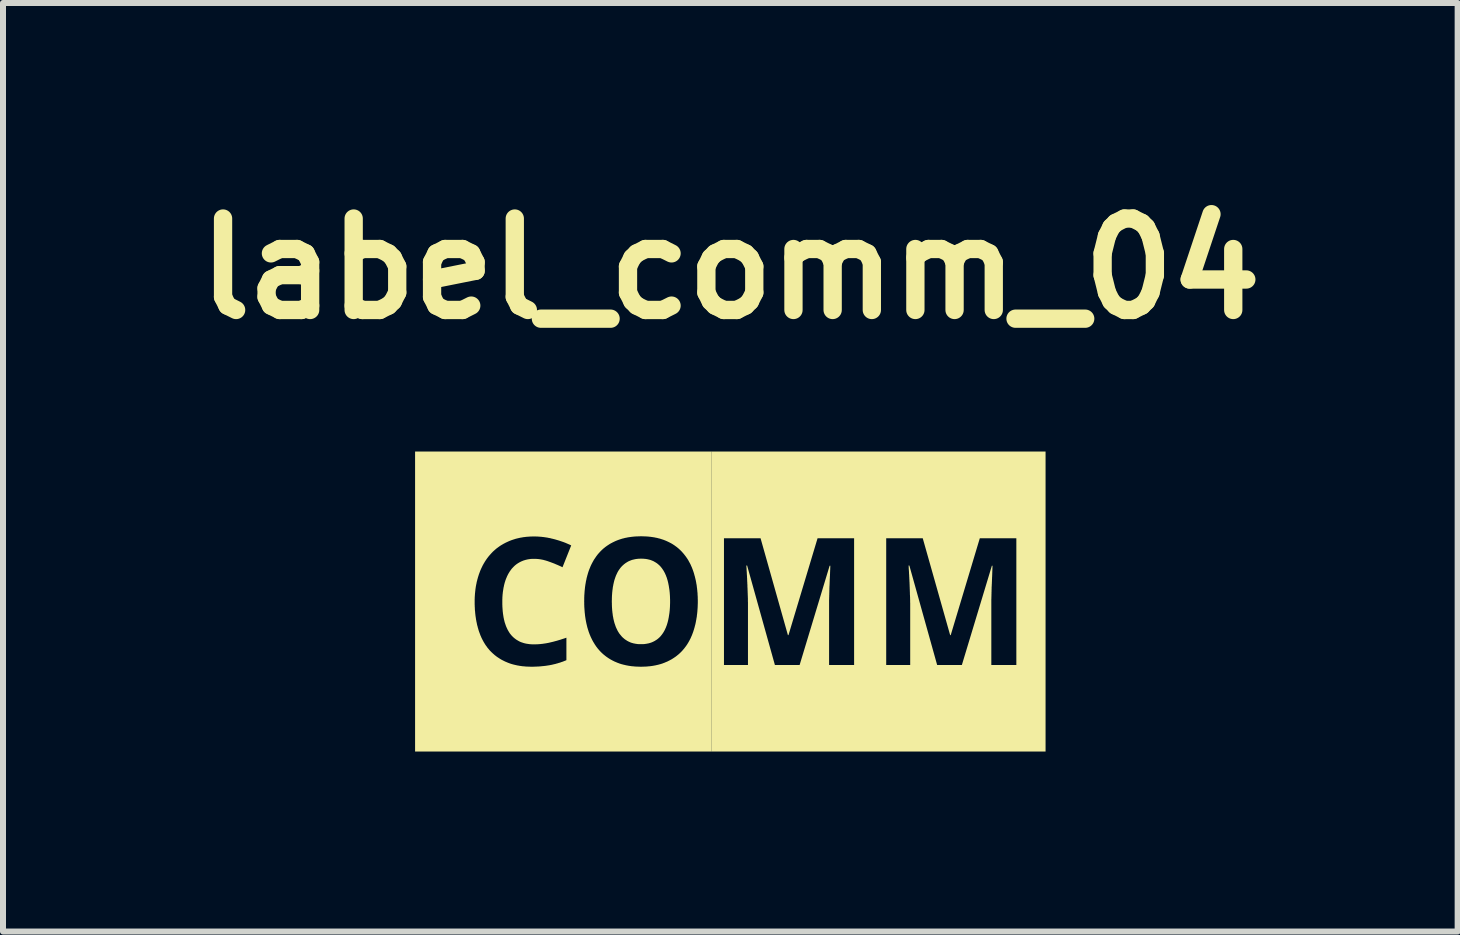
<source format=kicad_pcb>
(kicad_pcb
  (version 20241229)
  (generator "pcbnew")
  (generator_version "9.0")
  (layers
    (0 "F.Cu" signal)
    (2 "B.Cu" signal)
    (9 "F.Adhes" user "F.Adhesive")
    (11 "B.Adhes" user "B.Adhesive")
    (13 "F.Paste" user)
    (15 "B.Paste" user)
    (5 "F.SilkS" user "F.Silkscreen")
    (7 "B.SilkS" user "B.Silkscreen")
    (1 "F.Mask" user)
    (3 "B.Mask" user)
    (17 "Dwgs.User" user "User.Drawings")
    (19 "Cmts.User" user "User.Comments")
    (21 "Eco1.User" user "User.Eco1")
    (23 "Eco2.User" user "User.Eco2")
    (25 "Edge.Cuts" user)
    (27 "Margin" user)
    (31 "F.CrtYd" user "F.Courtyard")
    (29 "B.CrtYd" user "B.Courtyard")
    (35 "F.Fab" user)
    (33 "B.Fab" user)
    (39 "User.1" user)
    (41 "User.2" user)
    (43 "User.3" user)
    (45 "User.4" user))
  (footprint "label_comm_04"
    (layer "F.Cu")
    (at 9.122 6.975)
    (property "Reference" "label_comm_04" (at 0 -5.548 0) (layer "F.SilkS") (effects (font (size 1.524 1.524) (thickness 0.305))))
    (attr smd)
    (fp_poly (pts (xy -0.318 -2.5) (xy -0.106 -1.054) (xy 0.504 -1.054) (xy 0.96 0.561) (xy 0.969 0.561) (xy 1.454 -1.054) (xy 2.063 -1.054) (xy 2.063 1.058) (xy 1.646 1.058) (xy 1.646 0.058) (xy 1.646 -0.027) (xy 1.647 -0.039) (xy 1.647 -0.051) (xy 1.647 -0.063) (xy 1.648 -0.076) (xy 1.648 -0.089) (xy 1.648 -0.102) (xy 1.649 -0.115) (xy 1.649 -0.128) (xy 1.649 -0.142) (xy 1.65 -0.155) (xy 1.65 -0.168) (xy 1.65 -0.182) (xy 1.651 -0.195) (xy 1.651 -0.209) (xy 1.651 -0.223) (xy 1.652 -0.236) (xy 1.652 -0.25) (xy 1.653 -0.263) (xy 1.654 -0.277) (xy 1.654 -0.29) (xy 1.655 -0.304) (xy 1.655 -0.317) (xy 1.656 -0.33) (xy 1.656 -0.343) (xy 1.657 -0.357) (xy 1.657 -0.37) (xy 1.658 -0.384) (xy 1.659 -0.398) (xy 1.659 -0.411) (xy 1.66 -0.425) (xy 1.661 -0.439) (xy 1.661 -0.453) (xy 1.662 -0.467) (xy 1.662 -0.481) (xy 1.663 -0.495) (xy 1.663 -0.51) (xy 1.664 -0.524) (xy 1.665 -0.538) (xy 1.665 -0.553) (xy 1.666 -0.567) (xy 1.666 -0.582) (xy 1.667 -0.596) (xy 1.655 -0.596) (xy 1.155 1.058) (xy 0.743 1.058) (xy 0.28 -0.599) (xy 0.267 -0.599) (xy 0.268 -0.585) (xy 0.269 -0.571) (xy 0.27 -0.557) (xy 0.271 -0.543) (xy 0.271 -0.529) (xy 0.272 -0.516) (xy 0.273 -0.502) (xy 0.274 -0.488) (xy 0.275 -0.475) (xy 0.275 -0.461) (xy 0.276 -0.448) (xy 0.277 -0.434) (xy 0.278 -0.421) (xy 0.278 -0.408) (xy 0.279 -0.394) (xy 0.28 -0.381) (xy 0.28 -0.368) (xy 0.281 -0.355) (xy 0.281 -0.341) (xy 0.282 -0.328) (xy 0.283 -0.315) (xy 0.283 -0.301) (xy 0.284 -0.287) (xy 0.285 -0.274) (xy 0.285 -0.26) (xy 0.285 -0.246) (xy 0.286 -0.232) (xy 0.287 -0.218) (xy 0.287 -0.204) (xy 0.288 -0.19) (xy 0.288 -0.176) (xy 0.289 -0.162) (xy 0.289 -0.148) (xy 0.29 -0.135) (xy 0.29 -0.121) (xy 0.291 -0.107) (xy 0.291 -0.094) (xy 0.292 -0.08) (xy 0.292 -0.067) (xy 0.293 -0.054) (xy 0.293 -0.041) (xy 0.293 -0.028) (xy 0.293 -0.015) (xy 0.293 -0.001) (xy 0.294 0.013) (xy 0.294 0.026) (xy 0.294 0.039) (xy 0.294 0.052) (xy 0.294 0.064) (xy 0.294 0.076) (xy 0.294 1.058) (xy -0.106 1.058) (xy -0.106 -1.054) (xy -0.106 -1.054) (xy -0.318 -2.5) (xy 2.598 -1.054) (xy 3.207 -1.054) (xy 3.664 0.561) (xy 3.673 0.561) (xy 4.158 -1.054) (xy 4.767 -1.054) (xy 4.767 1.058) (xy 4.35 1.058) (xy 4.35 0.058) (xy 4.35 -0.027) (xy 4.35 -0.039) (xy 4.351 -0.051) (xy 4.351 -0.063) (xy 4.351 -0.076) (xy 4.352 -0.089) (xy 4.352 -0.102) (xy 4.352 -0.115) (xy 4.353 -0.128) (xy 4.353 -0.142) (xy 4.353 -0.155) (xy 4.354 -0.168) (xy 4.354 -0.182) (xy 4.354 -0.195) (xy 4.355 -0.209) (xy 4.355 -0.223) (xy 4.355 -0.236) (xy 4.356 -0.25) (xy 4.357 -0.263) (xy 4.357 -0.277) (xy 4.358 -0.29) (xy 4.359 -0.304) (xy 4.359 -0.317) (xy 4.36 -0.33) (xy 4.36 -0.343) (xy 4.361 -0.357) (xy 4.361 -0.37) (xy 4.362 -0.384) (xy 4.362 -0.398) (xy 4.363 -0.411) (xy 4.364 -0.425) (xy 4.364 -0.439) (xy 4.365 -0.453) (xy 4.365 -0.467) (xy 4.366 -0.481) (xy 4.366 -0.495) (xy 4.367 -0.51) (xy 4.367 -0.524) (xy 4.368 -0.538) (xy 4.368 -0.553) (xy 4.369 -0.567) (xy 4.369 -0.582) (xy 4.37 -0.596) (xy 4.359 -0.596) (xy 3.859 1.058) (xy 3.447 1.058) (xy 2.984 -0.599) (xy 2.971 -0.599) (xy 2.972 -0.585) (xy 2.973 -0.571) (xy 2.973 -0.557) (xy 2.974 -0.543) (xy 2.975 -0.529) (xy 2.976 -0.516) (xy 2.977 -0.502) (xy 2.978 -0.488) (xy 2.978 -0.475) (xy 2.979 -0.461) (xy 2.98 -0.448) (xy 2.981 -0.434) (xy 2.981 -0.421) (xy 2.982 -0.408) (xy 2.983 -0.394) (xy 2.983 -0.381) (xy 2.984 -0.368) (xy 2.985 -0.355) (xy 2.985 -0.341) (xy 2.986 -0.328) (xy 2.987 -0.315) (xy 2.987 -0.301) (xy 2.988 -0.287) (xy 2.988 -0.274) (xy 2.989 -0.26) (xy 2.989 -0.246) (xy 2.99 -0.232) (xy 2.99 -0.218) (xy 2.991 -0.204) (xy 2.991 -0.19) (xy 2.992 -0.176) (xy 2.992 -0.162) (xy 2.993 -0.148) (xy 2.993 -0.135) (xy 2.993 -0.121) (xy 2.994 -0.107) (xy 2.995 -0.094) (xy 2.995 -0.08) (xy 2.996 -0.067) (xy 2.996 -0.054) (xy 2.996 -0.041) (xy 2.997 -0.028) (xy 2.997 -0.015) (xy 2.997 -0.001) (xy 2.997 0.013) (xy 2.998 0.026) (xy 2.998 0.039) (xy 2.998 0.052) (xy 2.998 0.064) (xy 2.998 0.076) (xy 2.998 1.058) (xy 2.598 1.058) (xy 2.598 -1.054) (xy 2.598 -1.054) (xy -0.318 -2.5) (xy -0.318 2.5) (xy 5.254 2.5) (xy 5.254 -2.5) (xy -0.318 -2.5)) (stroke (width 0) (type solid)) (fill yes) (layer "F.SilkS"))
    (fp_poly (pts (xy -1.486 -0.714) (xy -1.501 -0.714) (xy -1.515 -0.713) (xy -1.53 -0.713) (xy -1.544 -0.711) (xy -1.557 -0.71) (xy -1.571 -0.708) (xy -1.584 -0.706) (xy -1.597 -0.703) (xy -1.61 -0.7) (xy -1.623 -0.697) (xy -1.635 -0.694) (xy -1.647 -0.69) (xy -1.659 -0.685) (xy -1.671 -0.681) (xy -1.682 -0.676) (xy -1.694 -0.671) (xy -1.705 -0.665) (xy -1.716 -0.659) (xy -1.727 -0.652) (xy -1.738 -0.645) (xy -1.749 -0.638) (xy -1.759 -0.63) (xy -1.77 -0.622) (xy -1.779 -0.614) (xy -1.789 -0.605) (xy -1.799 -0.596) (xy -1.808 -0.587) (xy -1.817 -0.577) (xy -1.826 -0.567) (xy -1.834 -0.557) (xy -1.842 -0.546) (xy -1.85 -0.535) (xy -1.858 -0.524) (xy -1.864 -0.514) (xy -1.871 -0.503) (xy -1.877 -0.492) (xy -1.883 -0.481) (xy -1.888 -0.469) (xy -1.894 -0.458) (xy -1.899 -0.446) (xy -1.905 -0.434) (xy -1.91 -0.421) (xy -1.914 -0.409) (xy -1.919 -0.396) (xy -1.923 -0.383) (xy -1.928 -0.369) (xy -1.932 -0.356) (xy -1.936 -0.342) (xy -1.939 -0.328) (xy -1.943 -0.313) (xy -1.946 -0.298) (xy -1.949 -0.286) (xy -1.951 -0.274) (xy -1.953 -0.262) (xy -1.956 -0.25) (xy -1.958 -0.237) (xy -1.96 -0.224) (xy -1.961 -0.211) (xy -1.963 -0.198) (xy -1.965 -0.185) (xy -1.966 -0.172) (xy -1.968 -0.158) (xy -1.969 -0.145) (xy -1.97 -0.131) (xy -1.971 -0.117) (xy -1.972 -0.103) (xy -1.973 -0.089) (xy -1.973 -0.075) (xy -1.974 -0.06) (xy -1.974 -0.045) (xy -1.974 -0.031) (xy -1.975 -0.016) (xy -1.975 -0.001) (xy -1.975 0.014) (xy -1.974 0.029) (xy -1.974 0.044) (xy -1.974 0.058) (xy -1.973 0.073) (xy -1.973 0.087) (xy -1.972 0.101) (xy -1.971 0.116) (xy -1.97 0.129) (xy -1.969 0.143) (xy -1.968 0.157) (xy -1.966 0.17) (xy -1.965 0.184) (xy -1.963 0.197) (xy -1.961 0.21) (xy -1.96 0.223) (xy -1.958 0.236) (xy -1.956 0.249) (xy -1.953 0.261) (xy -1.951 0.274) (xy -1.949 0.286) (xy -1.946 0.298) (xy -1.943 0.312) (xy -1.939 0.327) (xy -1.936 0.341) (xy -1.932 0.354) (xy -1.928 0.368) (xy -1.923 0.381) (xy -1.919 0.394) (xy -1.914 0.407) (xy -1.91 0.42) (xy -1.905 0.432) (xy -1.899 0.444) (xy -1.894 0.456) (xy -1.888 0.467) (xy -1.883 0.479) (xy -1.877 0.49) (xy -1.871 0.501) (xy -1.864 0.511) (xy -1.858 0.522) (xy -1.85 0.534) (xy -1.841 0.545) (xy -1.832 0.556) (xy -1.823 0.567) (xy -1.814 0.578) (xy -1.805 0.588) (xy -1.795 0.598) (xy -1.785 0.607) (xy -1.774 0.616) (xy -1.764 0.625) (xy -1.753 0.633) (xy -1.741 0.641) (xy -1.73 0.648) (xy -1.718 0.656) (xy -1.706 0.662) (xy -1.695 0.668) (xy -1.684 0.673) (xy -1.673 0.678) (xy -1.662 0.683) (xy -1.65 0.687) (xy -1.638 0.691) (xy -1.625 0.694) (xy -1.613 0.698) (xy -1.6 0.7) (xy -1.587 0.703) (xy -1.574 0.705) (xy -1.561 0.707) (xy -1.547 0.709) (xy -1.533 0.71) (xy -1.519 0.711) (xy -1.504 0.711) (xy -1.49 0.711) (xy -1.475 0.711) (xy -1.46 0.711) (xy -1.445 0.71) (xy -1.431 0.709) (xy -1.417 0.707) (xy -1.403 0.705) (xy -1.39 0.703) (xy -1.377 0.7) (xy -1.364 0.698) (xy -1.351 0.694) (xy -1.339 0.691) (xy -1.327 0.687) (xy -1.315 0.683) (xy -1.303 0.678) (xy -1.292 0.673) (xy -1.281 0.668) (xy -1.27 0.662) (xy -1.258 0.656) (xy -1.246 0.648) (xy -1.234 0.641) (xy -1.223 0.633) (xy -1.212 0.625) (xy -1.201 0.616) (xy -1.191 0.607) (xy -1.181 0.598) (xy -1.171 0.588) (xy -1.162 0.578) (xy -1.153 0.567) (xy -1.144 0.556) (xy -1.136 0.545) (xy -1.128 0.534) (xy -1.12 0.522) (xy -1.113 0.511) (xy -1.107 0.501) (xy -1.101 0.49) (xy -1.095 0.479) (xy -1.089 0.467) (xy -1.084 0.456) (xy -1.079 0.444) (xy -1.073 0.432) (xy -1.069 0.42) (xy -1.064 0.407) (xy -1.059 0.394) (xy -1.055 0.381) (xy -1.051 0.368) (xy -1.047 0.354) (xy -1.043 0.341) (xy -1.04 0.327) (xy -1.036 0.312) (xy -1.033 0.298) (xy -1.031 0.286) (xy -1.028 0.274) (xy -1.026 0.261) (xy -1.024 0.249) (xy -1.022 0.236) (xy -1.02 0.223) (xy -1.018 0.21) (xy -1.016 0.197) (xy -1.014 0.184) (xy -1.013 0.17) (xy -1.011 0.157) (xy -1.01 0.143) (xy -1.009 0.129) (xy -1.008 0.116) (xy -1.007 0.101) (xy -1.006 0.087) (xy -1.006 0.073) (xy -1.005 0.058) (xy -1.005 0.044) (xy -1.004 0.029) (xy -1.004 0.014) (xy -1.004 -0.001) (xy -1.004 -0.016) (xy -1.004 -0.031) (xy -1.005 -0.045) (xy -1.005 -0.06) (xy -1.006 -0.075) (xy -1.006 -0.089) (xy -1.007 -0.103) (xy -1.008 -0.117) (xy -1.009 -0.131) (xy -1.01 -0.145) (xy -1.011 -0.158) (xy -1.013 -0.172) (xy -1.014 -0.185) (xy -1.016 -0.198) (xy -1.018 -0.211) (xy -1.02 -0.224) (xy -1.022 -0.237) (xy -1.024 -0.25) (xy -1.026 -0.262) (xy -1.028 -0.274) (xy -1.031 -0.286) (xy -1.033 -0.298) (xy -1.036 -0.313) (xy -1.04 -0.328) (xy -1.043 -0.342) (xy -1.047 -0.356) (xy -1.051 -0.369) (xy -1.055 -0.383) (xy -1.059 -0.396) (xy -1.064 -0.409) (xy -1.069 -0.421) (xy -1.073 -0.434) (xy -1.079 -0.446) (xy -1.084 -0.458) (xy -1.089 -0.469) (xy -1.095 -0.481) (xy -1.101 -0.492) (xy -1.107 -0.503) (xy -1.113 -0.514) (xy -1.12 -0.524) (xy -1.128 -0.536) (xy -1.136 -0.548) (xy -1.144 -0.559) (xy -1.153 -0.57) (xy -1.162 -0.581) (xy -1.171 -0.591) (xy -1.181 -0.601) (xy -1.191 -0.61) (xy -1.201 -0.619) (xy -1.212 -0.628) (xy -1.222 -0.636) (xy -1.234 -0.644) (xy -1.245 -0.651) (xy -1.257 -0.658) (xy -1.269 -0.665) (xy -1.279 -0.671) (xy -1.291 -0.676) (xy -1.302 -0.681) (xy -1.313 -0.685) (xy -1.325 -0.69) (xy -1.337 -0.694) (xy -1.35 -0.697) (xy -1.362 -0.7) (xy -1.375 -0.703) (xy -1.388 -0.706) (xy -1.401 -0.708) (xy -1.415 -0.71) (xy -1.429 -0.711) (xy -1.443 -0.713) (xy -1.457 -0.713) (xy -1.472 -0.714) (xy -1.486 -0.714)) (stroke (width 0) (type solid)) (fill yes) (layer "F.SilkS"))
    (fp_poly (pts (xy -3.27 -1.084) (xy -1.486 -1.087) (xy -1.471 -1.087) (xy -1.455 -1.086) (xy -1.44 -1.086) (xy -1.425 -1.085) (xy -1.41 -1.085) (xy -1.395 -1.084) (xy -1.38 -1.083) (xy -1.365 -1.082) (xy -1.351 -1.08) (xy -1.337 -1.079) (xy -1.322 -1.077) (xy -1.308 -1.075) (xy -1.294 -1.073) (xy -1.281 -1.071) (xy -1.267 -1.069) (xy -1.253 -1.066) (xy -1.24 -1.063) (xy -1.227 -1.061) (xy -1.214 -1.058) (xy -1.201 -1.054) (xy -1.188 -1.051) (xy -1.175 -1.048) (xy -1.162 -1.044) (xy -1.15 -1.04) (xy -1.138 -1.036) (xy -1.125 -1.032) (xy -1.113 -1.028) (xy -1.101 -1.023) (xy -1.09 -1.019) (xy -1.078 -1.014) (xy -1.066 -1.009) (xy -1.053 -1.003) (xy -1.04 -0.997) (xy -1.028 -0.991) (xy -1.015 -0.985) (xy -1.003 -0.978) (xy -0.99 -0.972) (xy -0.978 -0.965) (xy -0.966 -0.958) (xy -0.955 -0.951) (xy -0.943 -0.943) (xy -0.932 -0.936) (xy -0.921 -0.928) (xy -0.91 -0.92) (xy -0.899 -0.912) (xy -0.888 -0.904) (xy -0.878 -0.895) (xy -0.867 -0.886) (xy -0.857 -0.878) (xy -0.847 -0.868) (xy -0.837 -0.859) (xy -0.828 -0.85) (xy -0.818 -0.84) (xy -0.809 -0.831) (xy -0.8 -0.821) (xy -0.791 -0.81) (xy -0.782 -0.8) (xy -0.773 -0.79) (xy -0.765 -0.779) (xy -0.757 -0.769) (xy -0.749 -0.759) (xy -0.741 -0.748) (xy -0.733 -0.737) (xy -0.726 -0.726) (xy -0.718 -0.715) (xy -0.711 -0.704) (xy -0.704 -0.693) (xy -0.697 -0.681) (xy -0.691 -0.669) (xy -0.684 -0.657) (xy -0.678 -0.645) (xy -0.671 -0.633) (xy -0.665 -0.621) (xy -0.659 -0.609) (xy -0.654 -0.596) (xy -0.648 -0.583) (xy -0.642 -0.57) (xy -0.637 -0.557) (xy -0.632 -0.544) (xy -0.627 -0.531) (xy -0.622 -0.517) (xy -0.617 -0.503) (xy -0.613 -0.49) (xy -0.608 -0.476) (xy -0.604 -0.462) (xy -0.6 -0.447) (xy -0.597 -0.435) (xy -0.593 -0.423) (xy -0.59 -0.411) (xy -0.587 -0.398) (xy -0.584 -0.386) (xy -0.581 -0.373) (xy -0.578 -0.361) (xy -0.575 -0.348) (xy -0.573 -0.335) (xy -0.57 -0.322) (xy -0.568 -0.309) (xy -0.566 -0.296) (xy -0.563 -0.283) (xy -0.561 -0.27) (xy -0.559 -0.256) (xy -0.558 -0.243) (xy -0.556 -0.229) (xy -0.554 -0.216) (xy -0.553 -0.202) (xy -0.551 -0.188) (xy -0.55 -0.174) (xy -0.549 -0.16) (xy -0.547 -0.146) (xy -0.546 -0.132) (xy -0.546 -0.118) (xy -0.545 -0.103) (xy -0.544 -0.089) (xy -0.543 -0.075) (xy -0.543 -0.06) (xy -0.543 -0.045) (xy -0.542 -0.031) (xy -0.542 -0.016) (xy -0.542 -0.001) (xy -0.542 0.014) (xy -0.542 0.03) (xy -0.543 0.045) (xy -0.543 0.06) (xy -0.544 0.074) (xy -0.544 0.089) (xy -0.545 0.104) (xy -0.546 0.119) (xy -0.547 0.133) (xy -0.548 0.147) (xy -0.549 0.162) (xy -0.55 0.176) (xy -0.552 0.19) (xy -0.553 0.204) (xy -0.555 0.218) (xy -0.557 0.232) (xy -0.558 0.246) (xy -0.56 0.26) (xy -0.563 0.274) (xy -0.565 0.287) (xy -0.567 0.301) (xy -0.57 0.314) (xy -0.572 0.328) (xy -0.575 0.341) (xy -0.577 0.354) (xy -0.58 0.367) (xy -0.583 0.38) (xy -0.586 0.393) (xy -0.59 0.406) (xy -0.593 0.419) (xy -0.596 0.431) (xy -0.6 0.444) (xy -0.604 0.458) (xy -0.608 0.472) (xy -0.613 0.486) (xy -0.617 0.5) (xy -0.622 0.514) (xy -0.627 0.527) (xy -0.632 0.541) (xy -0.637 0.554) (xy -0.642 0.567) (xy -0.648 0.58) (xy -0.654 0.593) (xy -0.659 0.606) (xy -0.665 0.618) (xy -0.671 0.63) (xy -0.678 0.643) (xy -0.684 0.655) (xy -0.691 0.667) (xy -0.697 0.678) (xy -0.704 0.69) (xy -0.711 0.701) (xy -0.718 0.713) (xy -0.726 0.724) (xy -0.733 0.735) (xy -0.741 0.746) (xy -0.749 0.757) (xy -0.757 0.767) (xy -0.765 0.778) (xy -0.773 0.788) (xy -0.782 0.798) (xy -0.791 0.809) (xy -0.8 0.819) (xy -0.809 0.829) (xy -0.819 0.839) (xy -0.828 0.848) (xy -0.838 0.858) (xy -0.848 0.867) (xy -0.858 0.876) (xy -0.868 0.885) (xy -0.879 0.893) (xy -0.889 0.902) (xy -0.9 0.91) (xy -0.911 0.919) (xy -0.922 0.926) (xy -0.933 0.934) (xy -0.945 0.942) (xy -0.957 0.949) (xy -0.968 0.957) (xy -0.98 0.964) (xy -0.993 0.971) (xy -1.005 0.977) (xy -1.017 0.984) (xy -1.03 0.99) (xy -1.043 0.997) (xy -1.056 1.003) (xy -1.069 1.008) (xy -1.081 1.013) (xy -1.092 1.018) (xy -1.104 1.023) (xy -1.116 1.027) (xy -1.128 1.032) (xy -1.14 1.036) (xy -1.153 1.04) (xy -1.165 1.044) (xy -1.178 1.047) (xy -1.191 1.051) (xy -1.203 1.054) (xy -1.216 1.057) (xy -1.23 1.06) (xy -1.243 1.063) (xy -1.256 1.066) (xy -1.27 1.068) (xy -1.284 1.071) (xy -1.297 1.073) (xy -1.311 1.075) (xy -1.326 1.077) (xy -1.34 1.079) (xy -1.354 1.08) (xy -1.369 1.081) (xy -1.383 1.083) (xy -1.398 1.084) (xy -1.413 1.085) (xy -1.428 1.085) (xy -1.443 1.086) (xy -1.459 1.086) (xy -1.474 1.087) (xy -1.49 1.087) (xy -1.505 1.087) (xy -1.521 1.086) (xy -1.536 1.086) (xy -1.551 1.085) (xy -1.566 1.085) (xy -1.581 1.084) (xy -1.596 1.083) (xy -1.611 1.081) (xy -1.625 1.08) (xy -1.64 1.079) (xy -1.654 1.077) (xy -1.668 1.075) (xy -1.682 1.073) (xy -1.696 1.071) (xy -1.71 1.068) (xy -1.723 1.066) (xy -1.737 1.063) (xy -1.75 1.06) (xy -1.763 1.057) (xy -1.776 1.054) (xy -1.789 1.051) (xy -1.802 1.047) (xy -1.815 1.044) (xy -1.827 1.04) (xy -1.84 1.036) (xy -1.852 1.032) (xy -1.864 1.027) (xy -1.876 1.023) (xy -1.888 1.018) (xy -1.9 1.013) (xy -1.911 1.008) (xy -1.924 1.003) (xy -1.937 0.997) (xy -1.95 0.99) (xy -1.963 0.984) (xy -1.975 0.977) (xy -1.987 0.971) (xy -1.999 0.964) (xy -2.011 0.957) (xy -2.023 0.949) (xy -2.035 0.942) (xy -2.046 0.934) (xy -2.057 0.926) (xy -2.068 0.919) (xy -2.079 0.91) (xy -2.09 0.902) (xy -2.1 0.893) (xy -2.111 0.885) (xy -2.121 0.876) (xy -2.131 0.867) (xy -2.141 0.858) (xy -2.151 0.848) (xy -2.16 0.839) (xy -2.17 0.829) (xy -2.179 0.819) (xy -2.188 0.809) (xy -2.197 0.798) (xy -2.206 0.788) (xy -2.214 0.778) (xy -2.222 0.767) (xy -2.23 0.757) (xy -2.238 0.746) (xy -2.245 0.735) (xy -2.253 0.724) (xy -2.26 0.713) (xy -2.267 0.701) (xy -2.274 0.69) (xy -2.281 0.678) (xy -2.288 0.667) (xy -2.294 0.655) (xy -2.301 0.643) (xy -2.307 0.63) (xy -2.313 0.618) (xy -2.319 0.606) (xy -2.325 0.593) (xy -2.331 0.58) (xy -2.336 0.567) (xy -2.342 0.554) (xy -2.347 0.541) (xy -2.352 0.527) (xy -2.357 0.514) (xy -2.362 0.5) (xy -2.366 0.486) (xy -2.371 0.472) (xy -2.375 0.458) (xy -2.379 0.444) (xy -2.383 0.432) (xy -2.386 0.419) (xy -2.389 0.407) (xy -2.392 0.394) (xy -2.395 0.382) (xy -2.398 0.369) (xy -2.401 0.356) (xy -2.403 0.343) (xy -2.406 0.331) (xy -2.408 0.318) (xy -2.411 0.304) (xy -2.413 0.291) (xy -2.415 0.278) (xy -2.417 0.265) (xy -2.419 0.251) (xy -2.421 0.238) (xy -2.422 0.224) (xy -2.424 0.211) (xy -2.425 0.197) (xy -2.427 0.183) (xy -2.428 0.169) (xy -2.429 0.155) (xy -2.43 0.141) (xy -2.431 0.127) (xy -2.432 0.113) (xy -2.433 0.099) (xy -2.434 0.084) (xy -2.434 0.07) (xy -2.435 0.055) (xy -2.435 0.041) (xy -2.435 0.026) (xy -2.435 0.011) (xy -2.436 -0.004) (xy -2.435 -0.019) (xy -2.435 -0.034) (xy -2.435 -0.049) (xy -2.435 -0.064) (xy -2.434 -0.079) (xy -2.434 -0.094) (xy -2.433 -0.109) (xy -2.432 -0.123) (xy -2.431 -0.138) (xy -2.43 -0.153) (xy -2.429 -0.167) (xy -2.428 -0.181) (xy -2.426 -0.195) (xy -2.425 -0.21) (xy -2.423 -0.224) (xy -2.422 -0.238) (xy -2.42 -0.251) (xy -2.418 -0.265) (xy -2.416 -0.279) (xy -2.414 -0.292) (xy -2.411 -0.306) (xy -2.409 -0.319) (xy -2.407 -0.333) (xy -2.404 -0.346) (xy -2.401 -0.359) (xy -2.398 -0.372) (xy -2.396 -0.385) (xy -2.393 -0.398) (xy -2.389 -0.411) (xy -2.386 -0.423) (xy -2.383 -0.436) (xy -2.379 -0.448) (xy -2.375 -0.463) (xy -2.371 -0.477) (xy -2.366 -0.491) (xy -2.362 -0.505) (xy -2.357 -0.518) (xy -2.352 -0.532) (xy -2.347 -0.545) (xy -2.341 -0.558) (xy -2.336 -0.571) (xy -2.331 -0.584) (xy -2.325 -0.597) (xy -2.319 -0.61) (xy -2.313 -0.622) (xy -2.307 -0.634) (xy -2.3 -0.647) (xy -2.294 -0.659) (xy -2.287 -0.67) (xy -2.281 -0.682) (xy -2.274 -0.694) (xy -2.267 -0.705) (xy -2.259 -0.716) (xy -2.252 -0.727) (xy -2.244 -0.738) (xy -2.237 -0.749) (xy -2.229 -0.76) (xy -2.221 -0.77) (xy -2.213 -0.781) (xy -2.205 -0.791) (xy -2.196 -0.801) (xy -2.187 -0.811) (xy -2.178 -0.821) (xy -2.169 -0.831) (xy -2.159 -0.841) (xy -2.15 -0.85) (xy -2.14 -0.86) (xy -2.13 -0.869) (xy -2.12 -0.878) (xy -2.11 -0.887) (xy -2.099 -0.895) (xy -2.089 -0.904) (xy -2.078 -0.912) (xy -2.067 -0.92) (xy -2.056 -0.928) (xy -2.044 -0.936) (xy -2.033 -0.943) (xy -2.021 -0.951) (xy -2.01 -0.958) (xy -1.998 -0.965) (xy -1.986 -0.972) (xy -1.973 -0.978) (xy -1.961 -0.985) (xy -1.948 -0.991) (xy -1.936 -0.997) (xy -1.923 -1.003) (xy -1.91 -1.009) (xy -1.898 -1.014) (xy -1.886 -1.019) (xy -1.874 -1.023) (xy -1.862 -1.028) (xy -1.85 -1.032) (xy -1.838 -1.036) (xy -1.825 -1.04) (xy -1.813 -1.044) (xy -1.8 -1.048) (xy -1.787 -1.051) (xy -1.774 -1.054) (xy -1.761 -1.058) (xy -1.748 -1.061) (xy -1.735 -1.063) (xy -1.721 -1.066) (xy -1.707 -1.069) (xy -1.694 -1.071) (xy -1.68 -1.073) (xy -1.666 -1.075) (xy -1.651 -1.077) (xy -1.637 -1.079) (xy -1.623 -1.08) (xy -1.608 -1.082) (xy -1.593 -1.083) (xy -1.578 -1.084) (xy -1.563 -1.085) (xy -1.548 -1.085) (xy -1.533 -1.086) (xy -1.518 -1.086) (xy -1.502 -1.087) (xy -1.486 -1.087) (xy -3.27 -1.084) (xy -5.254 -2.5) (xy -5.254 2.5) (xy -0.318 2.5) (xy -0.318 -2.5) (xy -5.254 -2.5) (xy -3.27 -1.084) (xy -3.256 -1.084) (xy -3.243 -1.084) (xy -3.229 -1.083) (xy -3.215 -1.083) (xy -3.202 -1.082) (xy -3.188 -1.081) (xy -3.174 -1.08) (xy -3.161 -1.079) (xy -3.147 -1.078) (xy -3.133 -1.076) (xy -3.12 -1.075) (xy -3.106 -1.073) (xy -3.092 -1.071) (xy -3.079 -1.069) (xy -3.065 -1.067) (xy -3.051 -1.065) (xy -3.037 -1.062) (xy -3.024 -1.059) (xy -3.01 -1.057) (xy -2.996 -1.054) (xy -2.983 -1.05) (xy -2.969 -1.047) (xy -2.955 -1.044) (xy -2.942 -1.04) (xy -2.928 -1.037) (xy -2.914 -1.033) (xy -2.901 -1.029) (xy -2.887 -1.025) (xy -2.873 -1.021) (xy -2.86 -1.017) (xy -2.847 -1.013) (xy -2.833 -1.008) (xy -2.82 -1.004) (xy -2.807 -0.999) (xy -2.794 -0.995) (xy -2.78 -0.99) (xy -2.767 -0.985) (xy -2.754 -0.98) (xy -2.741 -0.975) (xy -2.728 -0.969) (xy -2.716 -0.964) (xy -2.703 -0.958) (xy -2.69 -0.953) (xy -2.677 -0.947) (xy -2.665 -0.941) (xy -2.652 -0.935) (xy -2.797 -0.571) (xy -2.809 -0.577) (xy -2.822 -0.583) (xy -2.834 -0.589) (xy -2.846 -0.594) (xy -2.859 -0.6) (xy -2.871 -0.605) (xy -2.884 -0.611) (xy -2.897 -0.616) (xy -2.909 -0.621) (xy -2.922 -0.627) (xy -2.934 -0.632) (xy -2.947 -0.637) (xy -2.959 -0.642) (xy -2.972 -0.646) (xy -2.984 -0.651) (xy -2.997 -0.656) (xy -3.01 -0.66) (xy -3.022 -0.665) (xy -3.035 -0.669) (xy -3.048 -0.674) (xy -3.061 -0.678) (xy -3.075 -0.682) (xy -3.088 -0.686) (xy -3.101 -0.689) (xy -3.114 -0.693) (xy -3.127 -0.696) (xy -3.14 -0.698) (xy -3.153 -0.701) (xy -3.167 -0.703) (xy -3.18 -0.705) (xy -3.193 -0.707) (xy -3.206 -0.708) (xy -3.219 -0.709) (xy -3.231 -0.71) (xy -3.244 -0.711) (xy -3.257 -0.711) (xy -3.27 -0.711) (xy -3.285 -0.711) (xy -3.3 -0.711) (xy -3.315 -0.71) (xy -3.329 -0.709) (xy -3.343 -0.707) (xy -3.357 -0.705) (xy -3.371 -0.703) (xy -3.385 -0.7) (xy -3.398 -0.697) (xy -3.411 -0.694) (xy -3.424 -0.69) (xy -3.437 -0.686) (xy -3.45 -0.682) (xy -3.462 -0.677) (xy -3.474 -0.672) (xy -3.486 -0.667) (xy -3.498 -0.661) (xy -3.51 -0.655) (xy -3.522 -0.648) (xy -3.534 -0.641) (xy -3.545 -0.634) (xy -3.557 -0.626) (xy -3.568 -0.618) (xy -3.578 -0.61) (xy -3.589 -0.601) (xy -3.599 -0.592) (xy -3.609 -0.582) (xy -3.619 -0.572) (xy -3.628 -0.562) (xy -3.638 -0.552) (xy -3.647 -0.541) (xy -3.656 -0.529) (xy -3.664 -0.518) (xy -3.671 -0.507) (xy -3.679 -0.497) (xy -3.685 -0.486) (xy -3.692 -0.475) (xy -3.699 -0.463) (xy -3.705 -0.452) (xy -3.711 -0.44) (xy -3.717 -0.428) (xy -3.723 -0.415) (xy -3.728 -0.402) (xy -3.734 -0.389) (xy -3.739 -0.376) (xy -3.744 -0.363) (xy -3.749 -0.349) (xy -3.753 -0.335) (xy -3.758 -0.321) (xy -3.762 -0.306) (xy -3.766 -0.291) (xy -3.769 -0.279) (xy -3.772 -0.267) (xy -3.774 -0.254) (xy -3.777 -0.242) (xy -3.78 -0.229) (xy -3.782 -0.216) (xy -3.784 -0.203) (xy -3.786 -0.19) (xy -3.788 -0.177) (xy -3.79 -0.164) (xy -3.792 -0.15) (xy -3.793 -0.136) (xy -3.795 -0.122) (xy -3.796 -0.109) (xy -3.797 -0.094) (xy -3.798 -0.08) (xy -3.799 -0.066) (xy -3.799 -0.051) (xy -3.8 -0.037) (xy -3.8 -0.022) (xy -3.8 -0.007) (xy -3.8 0.008) (xy -3.8 0.023) (xy -3.8 0.038) (xy -3.8 0.053) (xy -3.799 0.068) (xy -3.799 0.083) (xy -3.798 0.097) (xy -3.797 0.112) (xy -3.796 0.126) (xy -3.795 0.14) (xy -3.794 0.154) (xy -3.793 0.168) (xy -3.791 0.181) (xy -3.79 0.195) (xy -3.788 0.208) (xy -3.786 0.221) (xy -3.784 0.234) (xy -3.782 0.247) (xy -3.78 0.259) (xy -3.778 0.272) (xy -3.775 0.284) (xy -3.773 0.296) (xy -3.77 0.308) (xy -3.766 0.323) (xy -3.763 0.337) (xy -3.759 0.351) (xy -3.754 0.365) (xy -3.75 0.378) (xy -3.745 0.391) (xy -3.741 0.404) (xy -3.736 0.417) (xy -3.73 0.43) (xy -3.725 0.442) (xy -3.719 0.454) (xy -3.714 0.465) (xy -3.708 0.477) (xy -3.701 0.488) (xy -3.695 0.499) (xy -3.688 0.51) (xy -3.682 0.52) (xy -3.675 0.531) (xy -3.666 0.542) (xy -3.658 0.552) (xy -3.649 0.563) (xy -3.64 0.573) (xy -3.631 0.582) (xy -3.621 0.592) (xy -3.611 0.601) (xy -3.601 0.61) (xy -3.59 0.618) (xy -3.58 0.626) (xy -3.569 0.634) (xy -3.558 0.641) (xy -3.546 0.648) (xy -3.534 0.655) (xy -3.522 0.662) (xy -3.51 0.668) (xy -3.499 0.673) (xy -3.487 0.678) (xy -3.475 0.682) (xy -3.463 0.686) (xy -3.451 0.69) (xy -3.438 0.694) (xy -3.426 0.697) (xy -3.413 0.7) (xy -3.399 0.703) (xy -3.386 0.705) (xy -3.372 0.707) (xy -3.358 0.709) (xy -3.344 0.711) (xy -3.33 0.712) (xy -3.315 0.713) (xy -3.3 0.714) (xy -3.285 0.714) (xy -3.27 0.714) (xy -3.257 0.714) (xy -3.243 0.714) (xy -3.23 0.713) (xy -3.216 0.713) (xy -3.202 0.712) (xy -3.189 0.711) (xy -3.175 0.71) (xy -3.162 0.709) (xy -3.148 0.707) (xy -3.135 0.706) (xy -3.121 0.704) (xy -3.108 0.702) (xy -3.094 0.7) (xy -3.081 0.698) (xy -3.067 0.696) (xy -3.054 0.693) (xy -3.04 0.691) (xy -3.027 0.688) (xy -3.013 0.685) (xy -3.001 0.682) (xy -2.988 0.679) (xy -2.976 0.676) (xy -2.963 0.673) (xy -2.95 0.67) (xy -2.937 0.666) (xy -2.924 0.663) (xy -2.911 0.659) (xy -2.898 0.656) (xy -2.884 0.652) (xy -2.871 0.648) (xy -2.858 0.644) (xy -2.844 0.64) (xy -2.83 0.636) (xy -2.816 0.631) (xy -2.803 0.627) (xy -2.789 0.622) (xy -2.774 0.618) (xy -2.76 0.613) (xy -2.746 0.608) (xy -2.732 0.603) (xy -2.732 0.978) (xy -2.744 0.983) (xy -2.757 0.988) (xy -2.769 0.993) (xy -2.782 0.998) (xy -2.794 1.003) (xy -2.807 1.007) (xy -2.819 1.011) (xy -2.832 1.016) (xy -2.844 1.02) (xy -2.856 1.023) (xy -2.869 1.027) (xy -2.881 1.031) (xy -2.894 1.034) (xy -2.906 1.038) (xy -2.918 1.041) (xy -2.931 1.044) (xy -2.944 1.047) (xy -2.956 1.05) (xy -2.969 1.053) (xy -2.982 1.056) (xy -2.994 1.058) (xy -3.007 1.061) (xy -3.02 1.063) (xy -3.033 1.065) (xy -3.046 1.067) (xy -3.059 1.069) (xy -3.072 1.071) (xy -3.086 1.073) (xy -3.099 1.074) (xy -3.113 1.076) (xy -3.126 1.077) (xy -3.14 1.078) (xy -3.153 1.08) (xy -3.166 1.081) (xy -3.178 1.082) (xy -3.191 1.083) (xy -3.204 1.084) (xy -3.217 1.084) (xy -3.23 1.085) (xy -3.243 1.085) (xy -3.256 1.086) (xy -3.27 1.086) (xy -3.284 1.087) (xy -3.298 1.087) (xy -3.312 1.087) (xy -3.328 1.087) (xy -3.343 1.086) (xy -3.359 1.086) (xy -3.374 1.085) (xy -3.389 1.085) (xy -3.404 1.084) (xy -3.419 1.083) (xy -3.434 1.081) (xy -3.448 1.08) (xy -3.463 1.079) (xy -3.477 1.077) (xy -3.491 1.075) (xy -3.505 1.073) (xy -3.519 1.071) (xy -3.533 1.068) (xy -3.547 1.066) (xy -3.56 1.063) (xy -3.574 1.06) (xy -3.587 1.057) (xy -3.6 1.054) (xy -3.613 1.051) (xy -3.626 1.047) (xy -3.639 1.044) (xy -3.651 1.04) (xy -3.664 1.036) (xy -3.676 1.032) (xy -3.688 1.027) (xy -3.7 1.023) (xy -3.712 1.018) (xy -3.724 1.013) (xy -3.735 1.008) (xy -3.748 1.003) (xy -3.761 0.997) (xy -3.774 0.99) (xy -3.787 0.984) (xy -3.8 0.977) (xy -3.812 0.971) (xy -3.824 0.964) (xy -3.836 0.957) (xy -3.848 0.949) (xy -3.859 0.942) (xy -3.871 0.934) (xy -3.882 0.927) (xy -3.893 0.919) (xy -3.904 0.911) (xy -3.915 0.902) (xy -3.926 0.894) (xy -3.936 0.885) (xy -3.946 0.876) (xy -3.957 0.867) (xy -3.966 0.858) (xy -3.976 0.849) (xy -3.986 0.839) (xy -3.995 0.83) (xy -4.005 0.82) (xy -4.014 0.81) (xy -4.023 0.799) (xy -4.031 0.789) (xy -4.04 0.779) (xy -4.048 0.769) (xy -4.056 0.758) (xy -4.063 0.747) (xy -4.071 0.737) (xy -4.079 0.726) (xy -4.086 0.715) (xy -4.093 0.704) (xy -4.1 0.692) (xy -4.107 0.681) (xy -4.114 0.669) (xy -4.12 0.657) (xy -4.127 0.645) (xy -4.133 0.633) (xy -4.139 0.621) (xy -4.145 0.609) (xy -4.151 0.596) (xy -4.156 0.583) (xy -4.162 0.571) (xy -4.167 0.558) (xy -4.172 0.544) (xy -4.177 0.531) (xy -4.182 0.518) (xy -4.187 0.504) (xy -4.192 0.49) (xy -4.196 0.477) (xy -4.2 0.463) (xy -4.204 0.448) (xy -4.208 0.436) (xy -4.211 0.423) (xy -4.214 0.411) (xy -4.218 0.398) (xy -4.221 0.385) (xy -4.224 0.372) (xy -4.226 0.359) (xy -4.229 0.346) (xy -4.232 0.333) (xy -4.234 0.319) (xy -4.237 0.306) (xy -4.239 0.293) (xy -4.241 0.279) (xy -4.243 0.265) (xy -4.245 0.252) (xy -4.247 0.238) (xy -4.249 0.224) (xy -4.25 0.21) (xy -4.252 0.196) (xy -4.253 0.182) (xy -4.254 0.167) (xy -4.256 0.153) (xy -4.257 0.139) (xy -4.258 0.124) (xy -4.258 0.109) (xy -4.259 0.095) (xy -4.26 0.08) (xy -4.26 0.065) (xy -4.261 0.05) (xy -4.261 0.035) (xy -4.261 0.02) (xy -4.261 0.005) (xy -4.261 -0.01) (xy -4.261 -0.025) (xy -4.261 -0.04) (xy -4.26 -0.055) (xy -4.26 -0.069) (xy -4.259 -0.084) (xy -4.258 -0.098) (xy -4.257 -0.113) (xy -4.256 -0.127) (xy -4.255 -0.141) (xy -4.253 -0.155) (xy -4.252 -0.169) (xy -4.25 -0.183) (xy -4.249 -0.197) (xy -4.247 -0.211) (xy -4.245 -0.225) (xy -4.243 -0.238) (xy -4.241 -0.252) (xy -4.238 -0.266) (xy -4.236 -0.279) (xy -4.233 -0.292) (xy -4.23 -0.306) (xy -4.228 -0.319) (xy -4.225 -0.332) (xy -4.221 -0.345) (xy -4.218 -0.358) (xy -4.215 -0.371) (xy -4.211 -0.384) (xy -4.208 -0.396) (xy -4.204 -0.409) (xy -4.2 -0.422) (xy -4.196 -0.434) (xy -4.192 -0.448) (xy -4.187 -0.461) (xy -4.182 -0.475) (xy -4.177 -0.488) (xy -4.172 -0.502) (xy -4.167 -0.515) (xy -4.161 -0.528) (xy -4.156 -0.541) (xy -4.15 -0.553) (xy -4.144 -0.566) (xy -4.138 -0.578) (xy -4.132 -0.591) (xy -4.126 -0.603) (xy -4.119 -0.615) (xy -4.113 -0.627) (xy -4.106 -0.638) (xy -4.099 -0.65) (xy -4.092 -0.662) (xy -4.085 -0.673) (xy -4.078 -0.684) (xy -4.07 -0.695) (xy -4.063 -0.706) (xy -4.055 -0.717) (xy -4.047 -0.728) (xy -4.039 -0.738) (xy -4.031 -0.749) (xy -4.022 -0.759) (xy -4.014 -0.769) (xy -4.005 -0.779) (xy -3.996 -0.789) (xy -3.987 -0.799) (xy -3.978 -0.809) (xy -3.968 -0.819) (xy -3.959 -0.829) (xy -3.949 -0.838) (xy -3.939 -0.847) (xy -3.929 -0.856) (xy -3.919 -0.865) (xy -3.908 -0.874) (xy -3.898 -0.883) (xy -3.887 -0.891) (xy -3.876 -0.899) (xy -3.865 -0.907) (xy -3.854 -0.915) (xy -3.843 -0.923) (xy -3.831 -0.931) (xy -3.82 -0.938) (xy -3.808 -0.945) (xy -3.796 -0.952) (xy -3.784 -0.959) (xy -3.772 -0.966) (xy -3.759 -0.972) (xy -3.747 -0.979) (xy -3.734 -0.985) (xy -3.721 -0.991) (xy -3.708 -0.997) (xy -3.695 -1.003) (xy -3.683 -1.008) (xy -3.672 -1.013) (xy -3.66 -1.017) (xy -3.648 -1.022) (xy -3.636 -1.026) (xy -3.624 -1.03) (xy -3.612 -1.034) (xy -3.599 -1.038) (xy -3.587 -1.042) (xy -3.574 -1.046) (xy -3.561 -1.049) (xy -3.549 -1.052) (xy -3.536 -1.055) (xy -3.523 -1.058) (xy -3.51 -1.061) (xy -3.496 -1.064) (xy -3.483 -1.066) (xy -3.47 -1.068) (xy -3.456 -1.071) (xy -3.442 -1.073) (xy -3.429 -1.074) (xy -3.415 -1.076) (xy -3.401 -1.078) (xy -3.387 -1.079) (xy -3.372 -1.08) (xy -3.358 -1.081) (xy -3.344 -1.082) (xy -3.329 -1.083) (xy -3.315 -1.083) (xy -3.3 -1.084) (xy -3.285 -1.084) (xy -3.27 -1.084) (xy -3.27 -1.084)) (stroke (width 0) (type solid)) (fill yes) (layer "F.SilkS")))
  (gr_rect
    (start -3 -3)
    (end 21.244 12.475)
    (stroke (width 0.1) (type default))
    (fill no)
    (layer "Edge.Cuts")))
</source>
